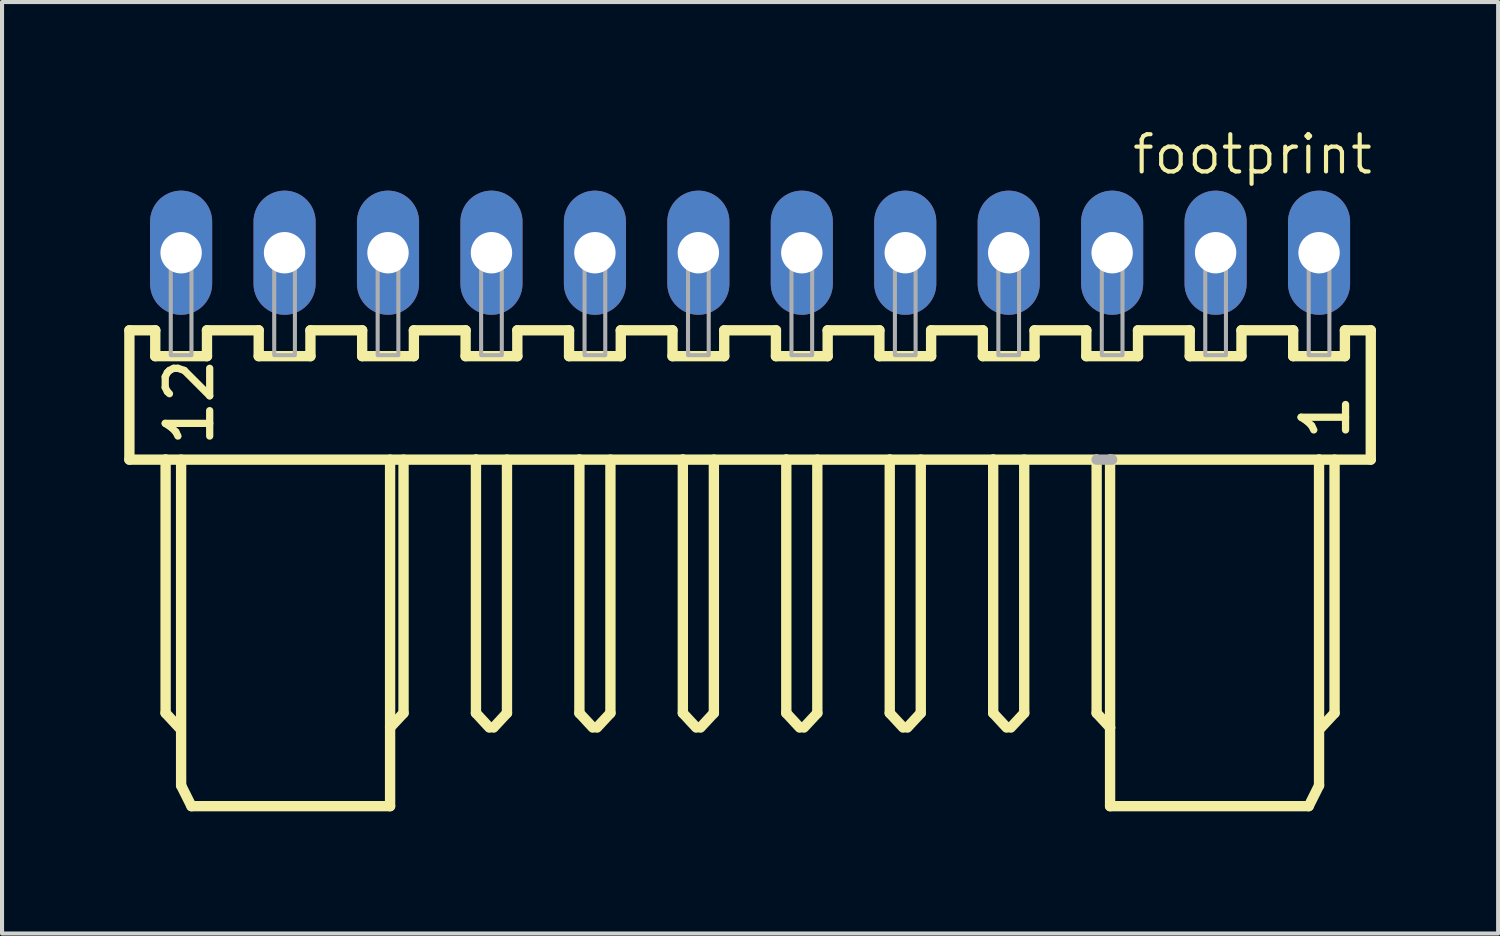
<source format=kicad_pcb>
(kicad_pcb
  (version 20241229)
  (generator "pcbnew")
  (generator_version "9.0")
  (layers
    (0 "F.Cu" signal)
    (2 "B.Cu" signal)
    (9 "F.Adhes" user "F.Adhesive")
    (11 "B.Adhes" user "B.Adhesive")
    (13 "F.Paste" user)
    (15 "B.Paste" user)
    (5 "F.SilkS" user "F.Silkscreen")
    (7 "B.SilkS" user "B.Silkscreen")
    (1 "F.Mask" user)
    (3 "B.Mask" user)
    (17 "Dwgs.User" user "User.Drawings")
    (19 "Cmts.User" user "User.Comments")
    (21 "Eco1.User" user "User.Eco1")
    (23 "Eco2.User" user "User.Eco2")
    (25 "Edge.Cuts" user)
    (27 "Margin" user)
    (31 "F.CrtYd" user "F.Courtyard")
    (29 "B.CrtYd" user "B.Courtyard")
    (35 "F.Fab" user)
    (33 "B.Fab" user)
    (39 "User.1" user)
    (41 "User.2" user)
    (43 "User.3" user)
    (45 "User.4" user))
  (footprint "footprint"
    (layer "F.Cu")
    (at 15.367 3.155)
    (property "Reference" "footprint" (at 15.34 -2.948 0) (layer "F.SilkS") (effects (font (size 0.914 0.914) (thickness 0.102)) (justify right top)))
    (fp_line (start -15.24 1.905) (end -15.24 5.08) (stroke (width 0.254) (type solid)) (layer "F.SilkS"))
    (fp_line (start -15.24 5.08) (end -14.351 5.08) (stroke (width 0.254) (type solid)) (layer "F.SilkS"))
    (fp_line (start -14.605 1.905) (end -15.24 1.905) (stroke (width 0.254) (type solid)) (layer "F.SilkS"))
    (fp_line (start -14.605 2.54) (end -14.605 1.905) (stroke (width 0.254) (type solid)) (layer "F.SilkS"))
    (fp_line (start -14.351 5.08) (end -14.351 11.303) (stroke (width 0.254) (type solid)) (layer "F.SilkS"))
    (fp_line (start -14.351 5.08) (end -6.731 5.08) (stroke (width 0.254) (type solid)) (layer "F.SilkS"))
    (fp_line (start -14.351 11.303) (end -14.021 11.659) (stroke (width 0.254) (type solid)) (layer "F.SilkS"))
    (fp_line (start -13.97 5.08) (end -13.97 13.081) (stroke (width 0.254) (type solid)) (layer "F.SilkS"))
    (fp_line (start -13.97 13.081) (end -13.716 13.589) (stroke (width 0.254) (type solid)) (layer "F.SilkS"))
    (fp_line (start -13.716 13.589) (end -8.839 13.589) (stroke (width 0.254) (type solid)) (layer "F.SilkS"))
    (fp_line (start -13.335 1.905) (end -13.335 2.54) (stroke (width 0.254) (type solid)) (layer "F.SilkS"))
    (fp_line (start -13.335 2.54) (end -14.605 2.54) (stroke (width 0.254) (type solid)) (layer "F.SilkS"))
    (fp_line (start -12.065 1.905) (end -13.335 1.905) (stroke (width 0.254) (type solid)) (layer "F.SilkS"))
    (fp_line (start -12.065 2.54) (end -12.065 1.905) (stroke (width 0.254) (type solid)) (layer "F.SilkS"))
    (fp_line (start -10.795 1.905) (end -10.795 2.54) (stroke (width 0.254) (type solid)) (layer "F.SilkS"))
    (fp_line (start -10.795 2.54) (end -12.065 2.54) (stroke (width 0.254) (type solid)) (layer "F.SilkS"))
    (fp_line (start -9.525 1.905) (end -10.795 1.905) (stroke (width 0.254) (type solid)) (layer "F.SilkS"))
    (fp_line (start -9.525 2.54) (end -9.525 1.905) (stroke (width 0.254) (type solid)) (layer "F.SilkS"))
    (fp_line (start -8.839 13.589) (end -8.839 5.08) (stroke (width 0.254) (type solid)) (layer "F.SilkS"))
    (fp_line (start -8.509 5.08) (end -8.509 11.303) (stroke (width 0.254) (type solid)) (layer "F.SilkS"))
    (fp_line (start -8.509 11.303) (end -8.839 11.659) (stroke (width 0.254) (type solid)) (layer "F.SilkS"))
    (fp_line (start -8.255 1.905) (end -8.255 2.54) (stroke (width 0.254) (type solid)) (layer "F.SilkS"))
    (fp_line (start -8.255 2.54) (end -9.525 2.54) (stroke (width 0.254) (type solid)) (layer "F.SilkS"))
    (fp_line (start -6.985 1.905) (end -8.255 1.905) (stroke (width 0.254) (type solid)) (layer "F.SilkS"))
    (fp_line (start -6.985 2.54) (end -6.985 1.905) (stroke (width 0.254) (type solid)) (layer "F.SilkS"))
    (fp_line (start -6.731 5.08) (end -6.731 11.303) (stroke (width 0.254) (type solid)) (layer "F.SilkS"))
    (fp_line (start -6.731 5.08) (end -4.191 5.08) (stroke (width 0.254) (type solid)) (layer "F.SilkS"))
    (fp_line (start -6.731 11.303) (end -6.401 11.659) (stroke (width 0.254) (type solid)) (layer "F.SilkS"))
    (fp_line (start -5.969 5.08) (end -5.969 11.303) (stroke (width 0.254) (type solid)) (layer "F.SilkS"))
    (fp_line (start -5.969 11.303) (end -6.299 11.659) (stroke (width 0.254) (type solid)) (layer "F.SilkS"))
    (fp_line (start -5.715 1.905) (end -5.715 2.54) (stroke (width 0.254) (type solid)) (layer "F.SilkS"))
    (fp_line (start -5.715 2.54) (end -6.985 2.54) (stroke (width 0.254) (type solid)) (layer "F.SilkS"))
    (fp_line (start -4.445 1.905) (end -5.715 1.905) (stroke (width 0.254) (type solid)) (layer "F.SilkS"))
    (fp_line (start -4.445 2.54) (end -4.445 1.905) (stroke (width 0.254) (type solid)) (layer "F.SilkS"))
    (fp_line (start -4.191 5.08) (end -4.191 11.303) (stroke (width 0.254) (type solid)) (layer "F.SilkS"))
    (fp_line (start -4.191 5.08) (end -1.651 5.08) (stroke (width 0.254) (type solid)) (layer "F.SilkS"))
    (fp_line (start -4.191 11.303) (end -3.861 11.659) (stroke (width 0.254) (type solid)) (layer "F.SilkS"))
    (fp_line (start -3.429 5.08) (end -3.429 11.303) (stroke (width 0.254) (type solid)) (layer "F.SilkS"))
    (fp_line (start -3.429 11.303) (end -3.759 11.659) (stroke (width 0.254) (type solid)) (layer "F.SilkS"))
    (fp_line (start -3.175 1.905) (end -3.175 2.54) (stroke (width 0.254) (type solid)) (layer "F.SilkS"))
    (fp_line (start -3.175 2.54) (end -4.445 2.54) (stroke (width 0.254) (type solid)) (layer "F.SilkS"))
    (fp_line (start -1.905 1.905) (end -3.175 1.905) (stroke (width 0.254) (type solid)) (layer "F.SilkS"))
    (fp_line (start -1.905 2.54) (end -1.905 1.905) (stroke (width 0.254) (type solid)) (layer "F.SilkS"))
    (fp_line (start -1.651 5.08) (end -1.651 11.303) (stroke (width 0.254) (type solid)) (layer "F.SilkS"))
    (fp_line (start -1.651 5.08) (end 0.889 5.08) (stroke (width 0.254) (type solid)) (layer "F.SilkS"))
    (fp_line (start -1.651 11.303) (end -1.321 11.659) (stroke (width 0.254) (type solid)) (layer "F.SilkS"))
    (fp_line (start -0.889 5.08) (end -0.889 11.303) (stroke (width 0.254) (type solid)) (layer "F.SilkS"))
    (fp_line (start -0.889 11.303) (end -1.219 11.659) (stroke (width 0.254) (type solid)) (layer "F.SilkS"))
    (fp_line (start -0.635 1.905) (end -0.635 2.54) (stroke (width 0.254) (type solid)) (layer "F.SilkS"))
    (fp_line (start -0.635 2.54) (end -1.905 2.54) (stroke (width 0.254) (type solid)) (layer "F.SilkS"))
    (fp_line (start 0.635 1.905) (end -0.635 1.905) (stroke (width 0.254) (type solid)) (layer "F.SilkS"))
    (fp_line (start 0.635 2.54) (end 0.635 1.905) (stroke (width 0.254) (type solid)) (layer "F.SilkS"))
    (fp_line (start 0.889 5.08) (end 0.889 11.303) (stroke (width 0.254) (type solid)) (layer "F.SilkS"))
    (fp_line (start 0.889 5.08) (end 3.429 5.08) (stroke (width 0.254) (type solid)) (layer "F.SilkS"))
    (fp_line (start 0.889 11.303) (end 1.219 11.659) (stroke (width 0.254) (type solid)) (layer "F.SilkS"))
    (fp_line (start 1.651 5.08) (end 1.651 11.303) (stroke (width 0.254) (type solid)) (layer "F.SilkS"))
    (fp_line (start 1.651 11.303) (end 1.321 11.659) (stroke (width 0.254) (type solid)) (layer "F.SilkS"))
    (fp_line (start 1.905 1.905) (end 1.905 2.54) (stroke (width 0.254) (type solid)) (layer "F.SilkS"))
    (fp_line (start 1.905 2.54) (end 0.635 2.54) (stroke (width 0.254) (type solid)) (layer "F.SilkS"))
    (fp_line (start 3.175 1.905) (end 1.905 1.905) (stroke (width 0.254) (type solid)) (layer "F.SilkS"))
    (fp_line (start 3.175 2.54) (end 3.175 1.905) (stroke (width 0.254) (type solid)) (layer "F.SilkS"))
    (fp_line (start 3.429 5.08) (end 3.429 11.303) (stroke (width 0.254) (type solid)) (layer "F.SilkS"))
    (fp_line (start 3.429 5.08) (end 5.969 5.08) (stroke (width 0.254) (type solid)) (layer "F.SilkS"))
    (fp_line (start 3.429 11.303) (end 3.759 11.659) (stroke (width 0.254) (type solid)) (layer "F.SilkS"))
    (fp_line (start 4.191 5.08) (end 4.191 11.303) (stroke (width 0.254) (type solid)) (layer "F.SilkS"))
    (fp_line (start 4.191 11.303) (end 3.861 11.659) (stroke (width 0.254) (type solid)) (layer "F.SilkS"))
    (fp_line (start 4.445 1.905) (end 4.445 2.54) (stroke (width 0.254) (type solid)) (layer "F.SilkS"))
    (fp_line (start 4.445 2.54) (end 3.175 2.54) (stroke (width 0.254) (type solid)) (layer "F.SilkS"))
    (fp_line (start 5.715 1.905) (end 4.445 1.905) (stroke (width 0.254) (type solid)) (layer "F.SilkS"))
    (fp_line (start 5.715 2.54) (end 5.715 1.905) (stroke (width 0.254) (type solid)) (layer "F.SilkS"))
    (fp_line (start 5.969 5.08) (end 5.969 11.303) (stroke (width 0.254) (type solid)) (layer "F.SilkS"))
    (fp_line (start 5.969 5.08) (end 8.509 5.08) (stroke (width 0.254) (type solid)) (layer "F.SilkS"))
    (fp_line (start 5.969 11.303) (end 6.299 11.659) (stroke (width 0.254) (type solid)) (layer "F.SilkS"))
    (fp_line (start 6.731 5.08) (end 6.731 11.303) (stroke (width 0.254) (type solid)) (layer "F.SilkS"))
    (fp_line (start 6.731 11.303) (end 6.401 11.659) (stroke (width 0.254) (type solid)) (layer "F.SilkS"))
    (fp_line (start 6.985 1.905) (end 6.985 2.54) (stroke (width 0.254) (type solid)) (layer "F.SilkS"))
    (fp_line (start 6.985 2.54) (end 5.715 2.54) (stroke (width 0.254) (type solid)) (layer "F.SilkS"))
    (fp_line (start 8.255 1.905) (end 6.985 1.905) (stroke (width 0.254) (type solid)) (layer "F.SilkS"))
    (fp_line (start 8.255 2.54) (end 8.255 1.905) (stroke (width 0.254) (type solid)) (layer "F.SilkS"))
    (fp_line (start 8.509 5.08) (end 8.509 11.303) (stroke (width 0.254) (type solid)) (layer "F.SilkS"))
    (fp_line (start 8.509 5.08) (end 8.839 5.08) (stroke (width 0.127) (type solid)) (layer "F.SilkS"))
    (fp_line (start 8.509 11.303) (end 8.839 11.659) (stroke (width 0.254) (type solid)) (layer "F.SilkS"))
    (fp_line (start 8.839 5.08) (end 13.97 5.08) (stroke (width 0.254) (type solid)) (layer "F.SilkS"))
    (fp_line (start 8.839 11.659) (end 8.839 5.08) (stroke (width 0.254) (type solid)) (layer "F.SilkS"))
    (fp_line (start 8.839 13.589) (end 8.839 11.659) (stroke (width 0.254) (type solid)) (layer "F.SilkS"))
    (fp_line (start 9.525 1.905) (end 9.525 2.54) (stroke (width 0.254) (type solid)) (layer "F.SilkS"))
    (fp_line (start 9.525 2.54) (end 8.255 2.54) (stroke (width 0.254) (type solid)) (layer "F.SilkS"))
    (fp_line (start 10.795 1.905) (end 9.525 1.905) (stroke (width 0.254) (type solid)) (layer "F.SilkS"))
    (fp_line (start 10.795 2.54) (end 10.795 1.905) (stroke (width 0.254) (type solid)) (layer "F.SilkS"))
    (fp_line (start 12.065 1.905) (end 12.065 2.54) (stroke (width 0.254) (type solid)) (layer "F.SilkS"))
    (fp_line (start 12.065 2.54) (end 10.795 2.54) (stroke (width 0.254) (type solid)) (layer "F.SilkS"))
    (fp_line (start 13.335 1.905) (end 12.065 1.905) (stroke (width 0.254) (type solid)) (layer "F.SilkS"))
    (fp_line (start 13.335 2.54) (end 13.335 1.905) (stroke (width 0.254) (type solid)) (layer "F.SilkS"))
    (fp_line (start 13.716 13.589) (end 8.839 13.589) (stroke (width 0.254) (type solid)) (layer "F.SilkS"))
    (fp_line (start 13.97 5.08) (end 13.97 13.081) (stroke (width 0.254) (type solid)) (layer "F.SilkS"))
    (fp_line (start 13.97 5.08) (end 15.24 5.08) (stroke (width 0.254) (type solid)) (layer "F.SilkS"))
    (fp_line (start 13.97 13.081) (end 13.716 13.589) (stroke (width 0.254) (type solid)) (layer "F.SilkS"))
    (fp_line (start 14.351 5.08) (end 14.351 11.303) (stroke (width 0.254) (type solid)) (layer "F.SilkS"))
    (fp_line (start 14.351 11.303) (end 14.021 11.659) (stroke (width 0.254) (type solid)) (layer "F.SilkS"))
    (fp_line (start 14.605 1.905) (end 14.605 2.54) (stroke (width 0.254) (type solid)) (layer "F.SilkS"))
    (fp_line (start 14.605 2.54) (end 13.335 2.54) (stroke (width 0.254) (type solid)) (layer "F.SilkS"))
    (fp_line (start 15.24 1.905) (end 14.605 1.905) (stroke (width 0.254) (type solid)) (layer "F.SilkS"))
    (fp_line (start 15.24 5.08) (end 15.24 1.905) (stroke (width 0.254) (type solid)) (layer "F.SilkS"))
    (fp_line (start 8.89 5.08) (end 8.509 5.08) (stroke (width 0.254) (type solid)) (layer "F.Fab"))
    (fp_poly (pts (xy -14.224 0.254) (xy -13.716 0.254) (xy -13.716 -0.254) (xy -14.224 -0.254)) (stroke (width 0.1) (type solid)) (fill no) (layer "F.Fab"))
    (fp_poly (pts (xy -14.224 2.515) (xy -13.716 2.515) (xy -13.716 0.279) (xy -14.224 0.279)) (stroke (width 0.1) (type solid)) (fill no) (layer "F.Fab"))
    (fp_poly (pts (xy -11.684 0.254) (xy -11.176 0.254) (xy -11.176 -0.254) (xy -11.684 -0.254)) (stroke (width 0.1) (type solid)) (fill no) (layer "F.Fab"))
    (fp_poly (pts (xy -11.684 2.515) (xy -11.176 2.515) (xy -11.176 0.279) (xy -11.684 0.279)) (stroke (width 0.1) (type solid)) (fill no) (layer "F.Fab"))
    (fp_poly (pts (xy -9.144 0.254) (xy -8.636 0.254) (xy -8.636 -0.254) (xy -9.144 -0.254)) (stroke (width 0.1) (type solid)) (fill no) (layer "F.Fab"))
    (fp_poly (pts (xy -9.144 2.515) (xy -8.636 2.515) (xy -8.636 0.279) (xy -9.144 0.279)) (stroke (width 0.1) (type solid)) (fill no) (layer "F.Fab"))
    (fp_poly (pts (xy -6.604 0.254) (xy -6.096 0.254) (xy -6.096 -0.254) (xy -6.604 -0.254)) (stroke (width 0.1) (type solid)) (fill no) (layer "F.Fab"))
    (fp_poly (pts (xy -6.604 2.515) (xy -6.096 2.515) (xy -6.096 0.279) (xy -6.604 0.279)) (stroke (width 0.1) (type solid)) (fill no) (layer "F.Fab"))
    (fp_poly (pts (xy -4.064 0.254) (xy -3.556 0.254) (xy -3.556 -0.254) (xy -4.064 -0.254)) (stroke (width 0.1) (type solid)) (fill no) (layer "F.Fab"))
    (fp_poly (pts (xy -4.064 2.515) (xy -3.556 2.515) (xy -3.556 0.279) (xy -4.064 0.279)) (stroke (width 0.1) (type solid)) (fill no) (layer "F.Fab"))
    (fp_poly (pts (xy -1.524 0.254) (xy -1.016 0.254) (xy -1.016 -0.254) (xy -1.524 -0.254)) (stroke (width 0.1) (type solid)) (fill no) (layer "F.Fab"))
    (fp_poly (pts (xy -1.524 2.515) (xy -1.016 2.515) (xy -1.016 0.279) (xy -1.524 0.279)) (stroke (width 0.1) (type solid)) (fill no) (layer "F.Fab"))
    (fp_poly (pts (xy 1.016 0.254) (xy 1.524 0.254) (xy 1.524 -0.254) (xy 1.016 -0.254)) (stroke (width 0.1) (type solid)) (fill no) (layer "F.Fab"))
    (fp_poly (pts (xy 1.016 2.515) (xy 1.524 2.515) (xy 1.524 0.279) (xy 1.016 0.279)) (stroke (width 0.1) (type solid)) (fill no) (layer "F.Fab"))
    (fp_poly (pts (xy 3.556 0.254) (xy 4.064 0.254) (xy 4.064 -0.254) (xy 3.556 -0.254)) (stroke (width 0.1) (type solid)) (fill no) (layer "F.Fab"))
    (fp_poly (pts (xy 3.556 2.515) (xy 4.064 2.515) (xy 4.064 0.279) (xy 3.556 0.279)) (stroke (width 0.1) (type solid)) (fill no) (layer "F.Fab"))
    (fp_poly (pts (xy 6.096 0.254) (xy 6.604 0.254) (xy 6.604 -0.254) (xy 6.096 -0.254)) (stroke (width 0.1) (type solid)) (fill no) (layer "F.Fab"))
    (fp_poly (pts (xy 6.096 2.515) (xy 6.604 2.515) (xy 6.604 0.279) (xy 6.096 0.279)) (stroke (width 0.1) (type solid)) (fill no) (layer "F.Fab"))
    (fp_poly (pts (xy 8.636 0.254) (xy 9.144 0.254) (xy 9.144 -0.254) (xy 8.636 -0.254)) (stroke (width 0.1) (type solid)) (fill no) (layer "F.Fab"))
    (fp_poly (pts (xy 8.636 2.515) (xy 9.144 2.515) (xy 9.144 0.279) (xy 8.636 0.279)) (stroke (width 0.1) (type solid)) (fill no) (layer "F.Fab"))
    (fp_poly (pts (xy 11.176 0.254) (xy 11.684 0.254) (xy 11.684 -0.254) (xy 11.176 -0.254)) (stroke (width 0.1) (type solid)) (fill no) (layer "F.Fab"))
    (fp_poly (pts (xy 11.176 2.515) (xy 11.684 2.515) (xy 11.684 0.279) (xy 11.176 0.279)) (stroke (width 0.1) (type solid)) (fill no) (layer "F.Fab"))
    (fp_poly (pts (xy 13.716 0.254) (xy 14.224 0.254) (xy 14.224 -0.254) (xy 13.716 -0.254)) (stroke (width 0.1) (type solid)) (fill no) (layer "F.Fab"))
    (fp_poly (pts (xy 13.716 2.515) (xy 14.224 2.515) (xy 14.224 0.279) (xy 13.716 0.279)) (stroke (width 0.1) (type solid)) (fill no) (layer "F.Fab"))
    (fp_text user "1" (at 13.486 3.402 90) (layer "F.SilkS") (effects (font (size 1.092 1.092) (thickness 0.178)) (justify right top)))
    (fp_text user "12" (at -14.403 2.513 90) (layer "F.SilkS") (effects (font (size 1.092 1.092) (thickness 0.178)) (justify right top)))
    (pad "1" thru_hole oval (at 13.97 0 90) (size 3.048 1.524) (drill 1.016) (layers "*.Cu" "*.Mask"))
    (pad "2" thru_hole oval (at 11.43 0 90) (size 3.048 1.524) (drill 1.016) (layers "*.Cu" "*.Mask"))
    (pad "3" thru_hole oval (at 8.89 0 90) (size 3.048 1.524) (drill 1.016) (layers "*.Cu" "*.Mask"))
    (pad "4" thru_hole oval (at 6.35 0 90) (size 3.048 1.524) (drill 1.016) (layers "*.Cu" "*.Mask"))
    (pad "5" thru_hole oval (at 3.81 0 90) (size 3.048 1.524) (drill 1.016) (layers "*.Cu" "*.Mask"))
    (pad "6" thru_hole oval (at 1.27 0 90) (size 3.048 1.524) (drill 1.016) (layers "*.Cu" "*.Mask"))
    (pad "7" thru_hole oval (at -1.27 0 90) (size 3.048 1.524) (drill 1.016) (layers "*.Cu" "*.Mask"))
    (pad "8" thru_hole oval (at -3.81 0 90) (size 3.048 1.524) (drill 1.016) (layers "*.Cu" "*.Mask"))
    (pad "9" thru_hole oval (at -6.35 0 90) (size 3.048 1.524) (drill 1.016) (layers "*.Cu" "*.Mask"))
    (pad "10" thru_hole oval (at -8.89 0 90) (size 3.048 1.524) (drill 1.016) (layers "*.Cu" "*.Mask"))
    (pad "11" thru_hole oval (at -11.43 0 90) (size 3.048 1.524) (drill 1.016) (layers "*.Cu" "*.Mask"))
    (pad "12" thru_hole oval (at -13.97 0 90) (size 3.048 1.524) (drill 1.016) (layers "*.Cu" "*.Mask")))
  (gr_rect
    (start -3 -3)
    (end 33.734 19.871)
    (stroke (width 0.1) (type default))
    (fill no)
    (layer "Edge.Cuts")))
</source>
